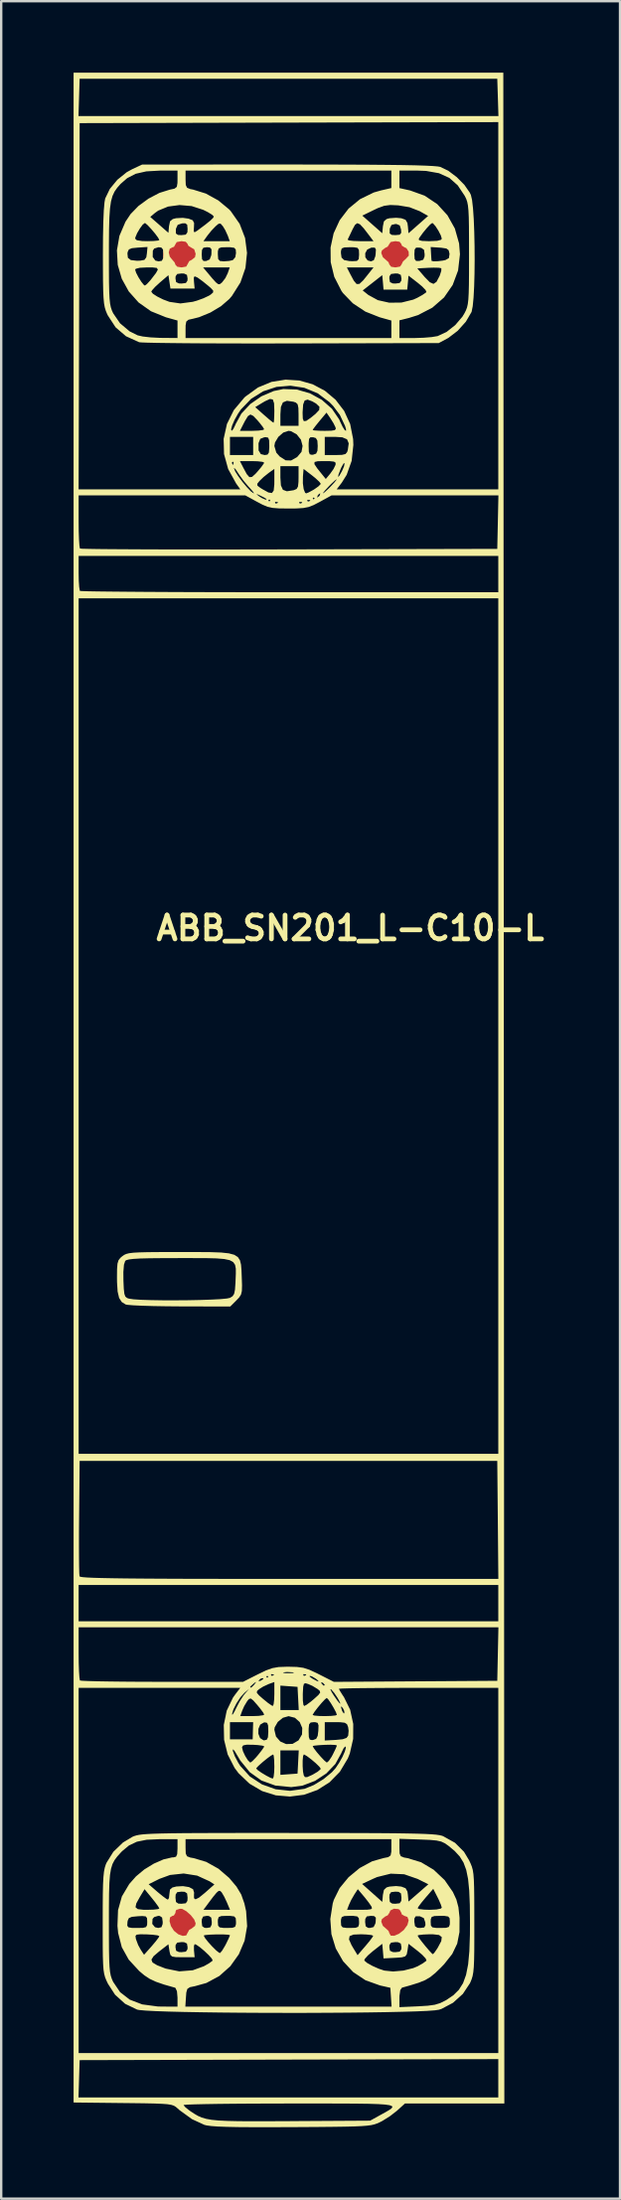
<source format=kicad_pcb>
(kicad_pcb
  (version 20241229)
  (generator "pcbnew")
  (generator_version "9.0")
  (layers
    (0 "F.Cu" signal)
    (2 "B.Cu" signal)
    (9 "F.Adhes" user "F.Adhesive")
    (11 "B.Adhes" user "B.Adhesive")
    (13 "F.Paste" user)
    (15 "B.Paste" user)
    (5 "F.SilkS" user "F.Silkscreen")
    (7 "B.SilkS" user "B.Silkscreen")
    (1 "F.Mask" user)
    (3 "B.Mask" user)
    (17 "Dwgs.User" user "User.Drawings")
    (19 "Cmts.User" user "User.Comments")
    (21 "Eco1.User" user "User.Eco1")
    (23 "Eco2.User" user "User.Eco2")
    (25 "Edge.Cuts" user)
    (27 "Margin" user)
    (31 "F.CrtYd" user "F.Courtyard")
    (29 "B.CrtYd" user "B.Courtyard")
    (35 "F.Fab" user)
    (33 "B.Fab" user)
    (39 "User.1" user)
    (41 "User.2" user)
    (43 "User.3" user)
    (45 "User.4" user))
  (footprint "ABB_SN201_L-C10-L"
    (layer "F.Cu")
    (at 9.05 42.651)
    (property "Reference" "ABB_SN201_L-C10-L" (at 2.6 -6.755 0) (unlocked yes) (layer "F.SilkS") (effects (font (size 1 1) (thickness 0.2) (bold yes))))
    (attr smd)
    (fp_poly (pts (xy -3.264 6.841) (xy -2.822 6.857) (xy -2.496 6.892) (xy -2.267 6.953) (xy -2.118 7.048) (xy -2.03 7.183) (xy -1.985 7.366) (xy -1.966 7.604) (xy -1.955 7.886) (xy -1.943 8.239) (xy -1.95 8.469) (xy -1.986 8.621) (xy -2.062 8.741) (xy -2.181 8.867) (xy -2.437 9.123) (xy -4.539 9.118) (xy -5.128 9.113) (xy -5.669 9.104) (xy -6.135 9.09) (xy -6.502 9.073) (xy -6.743 9.053) (xy -6.826 9.038) (xy -6.992 8.934) (xy -7.101 8.763) (xy -7.164 8.495) (xy -7.189 8.1) (xy -7.191 7.907) (xy -7.189 7.675) (xy -6.923 7.675) (xy -6.92 8.032) (xy -6.905 8.377) (xy -6.881 8.59) (xy -6.838 8.708) (xy -6.764 8.767) (xy -6.683 8.793) (xy -6.498 8.82) (xy -6.182 8.841) (xy -5.766 8.854) (xy -5.28 8.862) (xy -4.754 8.863) (xy -4.217 8.859) (xy -3.702 8.849) (xy -3.237 8.833) (xy -2.852 8.813) (xy -2.579 8.787) (xy -2.45 8.76) (xy -2.341 8.691) (xy -2.275 8.591) (xy -2.239 8.419) (xy -2.219 8.133) (xy -2.214 8.008) (xy -2.203 7.742) (xy -2.204 7.533) (xy -2.235 7.374) (xy -2.315 7.258) (xy -2.46 7.179) (xy -2.69 7.13) (xy -3.022 7.103) (xy -3.474 7.092) (xy -4.064 7.091) (xy -4.605 7.091) (xy -5.287 7.093) (xy -5.819 7.098) (xy -6.218 7.108) (xy -6.502 7.125) (xy -6.69 7.148) (xy -6.801 7.178) (xy -6.846 7.21) (xy -6.898 7.369) (xy -6.923 7.675) (xy -7.189 7.675) (xy -7.188 7.553) (xy -7.17 7.325) (xy -7.127 7.182) (xy -7.049 7.081) (xy -6.968 7.012) (xy -6.893 6.959) (xy -6.804 6.918) (xy -6.682 6.887) (xy -6.504 6.865) (xy -6.249 6.851) (xy -5.896 6.842) (xy -5.424 6.838) (xy -4.811 6.837) (xy -4.565 6.837) (xy -3.838 6.837)) (stroke (width 0) (type solid)) (fill yes) (layer "F.SilkS"))
    (fp_poly (pts (xy 1.227 -38.797) (xy 2.339 -38.794) (xy 3.298 -38.79) (xy 4.112 -38.783) (xy 4.788 -38.775) (xy 5.334 -38.764) (xy 5.76 -38.75) (xy 6.071 -38.734) (xy 6.277 -38.716) (xy 6.375 -38.698) (xy 6.713 -38.536) (xy 7.068 -38.268) (xy 7.387 -37.945) (xy 7.617 -37.614) (xy 7.662 -37.518) (xy 7.71 -37.308) (xy 7.75 -36.96) (xy 7.781 -36.506) (xy 7.802 -35.974) (xy 7.815 -35.396) (xy 7.819 -34.8) (xy 7.813 -34.218) (xy 7.798 -33.68) (xy 7.773 -33.215) (xy 7.738 -32.853) (xy 7.693 -32.626) (xy 7.685 -32.604) (xy 7.449 -32.201) (xy 7.107 -31.82) (xy 6.719 -31.524) (xy 6.66 -31.491) (xy 6.313 -31.305) (xy 0.132 -31.29) (xy -0.881 -31.289) (xy -1.847 -31.289) (xy -2.755 -31.291) (xy -3.588 -31.294) (xy -4.334 -31.299) (xy -4.978 -31.306) (xy -5.507 -31.313) (xy -5.907 -31.322) (xy -6.164 -31.332) (xy -6.261 -31.341) (xy -6.812 -31.591) (xy -7.25 -31.967) (xy -7.579 -32.472) (xy -7.608 -32.533) (xy -7.662 -32.665) (xy -7.704 -32.806) (xy -7.735 -32.98) (xy -7.756 -33.211) (xy -7.77 -33.522) (xy -7.778 -33.937) (xy -7.781 -34.48) (xy -7.782 -34.979) (xy -7.782 -35.018) (xy -7.53 -35.018) (xy -7.529 -34.363) (xy -7.526 -33.854) (xy -7.517 -33.467) (xy -7.503 -33.18) (xy -7.481 -32.968) (xy -7.449 -32.809) (xy -7.406 -32.678) (xy -7.351 -32.556) (xy -7.062 -32.135) (xy -6.66 -31.797) (xy -6.324 -31.63) (xy -6.107 -31.581) (xy -5.784 -31.544) (xy -5.418 -31.525) (xy -5.35 -31.523) (xy -4.651 -31.517) (xy -4.651 -31.884) (xy -4.651 -32.251) (xy -5.138 -32.387) (xy -5.763 -32.64) (xy -6.285 -33.009) (xy -6.686 -33.46) (xy -5.752 -33.46) (xy -5.681 -33.373) (xy -5.498 -33.256) (xy -5.255 -33.135) (xy -4.997 -33.038) (xy -4.991 -33.035) (xy -4.529 -32.968) (xy -4.011 -33.037) (xy -3.841 -33.084) (xy -3.562 -33.185) (xy -3.329 -33.295) (xy -3.254 -33.343) (xy -3.158 -33.429) (xy -3.153 -33.505) (xy -3.254 -33.616) (xy -3.381 -33.725) (xy -3.598 -33.9) (xy -3.785 -34.036) (xy -3.832 -34.065) (xy -3.934 -34.107) (xy -3.968 -34.043) (xy -3.959 -33.873) (xy -3.932 -33.591) (xy -4.44 -33.591) (xy -4.948 -33.591) (xy -4.99 -33.872) (xy -5.011 -34.015) (xy -4.736 -34.015) (xy -4.709 -33.863) (xy -4.592 -33.808) (xy -4.482 -33.803) (xy -4.3 -33.826) (xy -4.234 -33.923) (xy -4.228 -34.015) (xy -4.255 -34.166) (xy -4.372 -34.221) (xy -4.482 -34.226) (xy -4.664 -34.204) (xy -4.73 -34.107) (xy -4.736 -34.015) (xy -5.011 -34.015) (xy -5.032 -34.153) (xy -5.392 -33.845) (xy -5.59 -33.663) (xy -5.72 -33.518) (xy -5.752 -33.46) (xy -6.686 -33.46) (xy -6.696 -33.471) (xy -6.99 -34.004) (xy -7.1 -34.384) (xy -6.429 -34.384) (xy -6.388 -34.256) (xy -6.29 -34.067) (xy -6.169 -33.877) (xy -6.063 -33.745) (xy -6.02 -33.718) (xy -5.937 -33.779) (xy -5.798 -33.93) (xy -5.747 -33.994) (xy -5.554 -34.244) (xy -5.475 -34.389) (xy -5.52 -34.458) (xy -5.699 -34.479) (xy -5.916 -34.48) (xy -6.229 -34.465) (xy -6.401 -34.422) (xy -6.429 -34.384) (xy -7.1 -34.384) (xy -7.159 -34.586) (xy -7.186 -35.059) (xy -6.752 -35.059) (xy -6.733 -34.884) (xy -6.61 -34.788) (xy -6.358 -34.759) (xy -6.218 -34.763) (xy -6.04 -34.795) (xy -5.961 -34.902) (xy -5.958 -34.92) (xy -5.692 -34.92) (xy -5.583 -34.767) (xy -5.446 -34.734) (xy -5.309 -34.758) (xy -5.253 -34.863) (xy -5.244 -35.031) (xy -5.25 -35.109) (xy -5.019 -35.109) (xy -4.975 -34.932) (xy -4.899 -34.836) (xy -4.774 -34.69) (xy -4.736 -34.589) (xy -4.661 -34.509) (xy -4.482 -34.48) (xy -3.577 -34.48) (xy -3.418 -34.29) (xy -3.188 -34.015) (xy -3.039 -33.851) (xy -2.945 -33.778) (xy -2.877 -33.776) (xy -2.808 -33.828) (xy -2.779 -33.854) (xy -2.641 -34.034) (xy -2.544 -34.235) (xy -2.459 -34.48) (xy -3.018 -34.48) (xy -3.577 -34.48) (xy -4.482 -34.48) (xy -4.285 -34.515) (xy -4.228 -34.615) (xy -4.157 -34.744) (xy -4.059 -34.794) (xy -3.917 -34.907) (xy -3.894 -35.025) (xy -3.635 -35.025) (xy -3.622 -34.825) (xy -3.56 -34.749) (xy -3.445 -34.75) (xy -3.301 -34.814) (xy -3.236 -34.985) (xy -3.23 -35.031) (xy -2.958 -35.031) (xy -2.944 -34.831) (xy -2.872 -34.75) (xy -2.711 -34.734) (xy -2.482 -34.752) (xy -2.33 -34.786) (xy -2.226 -34.907) (xy -2.196 -35.082) (xy -2.208 -35.233) (xy -2.274 -35.304) (xy -2.44 -35.326) (xy -2.577 -35.327) (xy -2.811 -35.321) (xy -2.922 -35.278) (xy -2.956 -35.163) (xy -2.958 -35.031) (xy -3.23 -35.031) (xy -3.228 -35.052) (xy -3.225 -35.241) (xy -3.292 -35.316) (xy -3.418 -35.327) (xy -3.564 -35.306) (xy -3.624 -35.211) (xy -3.635 -35.025) (xy -3.894 -35.025) (xy -3.889 -35.048) (xy -3.95 -35.24) (xy -4.059 -35.302) (xy -4.196 -35.388) (xy -4.228 -35.464) (xy -4.304 -35.554) (xy -4.482 -35.581) (xy -3.562 -35.581) (xy -3.011 -35.581) (xy -2.459 -35.581) (xy -2.542 -35.814) (xy -2.65 -36.049) (xy -2.748 -36.209) (xy -2.844 -36.318) (xy -2.927 -36.312) (xy -3.05 -36.209) (xy -3.233 -36.018) (xy -3.396 -35.814) (xy -3.562 -35.581) (xy -4.482 -35.581) (xy -4.684 -35.543) (xy -4.736 -35.454) (xy -4.799 -35.342) (xy -4.853 -35.327) (xy -4.976 -35.262) (xy -5.019 -35.109) (xy -5.25 -35.109) (xy -5.26 -35.231) (xy -5.331 -35.314) (xy -5.449 -35.327) (xy -5.631 -35.271) (xy -5.687 -35.179) (xy -5.692 -34.92) (xy -5.958 -34.92) (xy -5.937 -35.057) (xy -5.91 -35.337) (xy -6.318 -35.311) (xy -6.566 -35.286) (xy -6.691 -35.234) (xy -6.742 -35.128) (xy -6.752 -35.059) (xy -7.186 -35.059) (xy -7.194 -35.194) (xy -7.109 -35.687) (xy -6.429 -35.687) (xy -6.359 -35.621) (xy -6.14 -35.587) (xy -5.921 -35.581) (xy -5.653 -35.588) (xy -5.469 -35.607) (xy -5.413 -35.628) (xy -5.465 -35.728) (xy -5.591 -35.898) (xy -5.751 -36.088) (xy -5.903 -36.251) (xy -6.007 -36.339) (xy -6.021 -36.343) (xy -6.11 -36.276) (xy -6.23 -36.113) (xy -6.346 -35.916) (xy -6.419 -35.742) (xy -6.429 -35.687) (xy -7.109 -35.687) (xy -7.088 -35.805) (xy -6.834 -36.398) (xy -6.7 -36.598) (xy -5.794 -36.598) (xy -5.413 -36.265) (xy -5.032 -35.932) (xy -5.02 -36.068) (xy -4.72 -36.068) (xy -4.72 -35.905) (xy -4.633 -35.843) (xy -4.488 -35.835) (xy -4.305 -35.855) (xy -4.237 -35.95) (xy -4.228 -36.095) (xy -4.245 -36.274) (xy -4.329 -36.333) (xy -4.461 -36.327) (xy -4.642 -36.267) (xy -4.715 -36.107) (xy -4.72 -36.068) (xy -5.02 -36.068) (xy -5.007 -36.213) (xy -4.964 -36.415) (xy -4.849 -36.51) (xy -4.71 -36.545) (xy -4.428 -36.56) (xy -4.186 -36.526) (xy -4.012 -36.458) (xy -3.954 -36.341) (xy -3.96 -36.179) (xy -3.971 -35.996) (xy -3.934 -35.953) (xy -3.831 -36.015) (xy -3.488 -36.271) (xy -3.269 -36.448) (xy -3.155 -36.56) (xy -3.127 -36.617) (xy -3.198 -36.689) (xy -3.38 -36.8) (xy -3.572 -36.896) (xy -4.057 -37.053) (xy -4.564 -37.097) (xy -5.047 -37.033) (xy -5.46 -36.863) (xy -5.597 -36.765) (xy -5.794 -36.598) (xy -6.7 -36.598) (xy -6.621 -36.717) (xy -6.291 -37.057) (xy -5.867 -37.367) (xy -5.409 -37.607) (xy -4.978 -37.742) (xy -4.973 -37.743) (xy -4.774 -37.786) (xy -4.68 -37.861) (xy -4.653 -38.022) (xy -4.651 -38.171) (xy -4.651 -38.173) (xy -4.313 -38.173) (xy -4.304 -37.941) (xy -4.252 -37.824) (xy -4.117 -37.768) (xy -3.995 -37.745) (xy -3.463 -37.58) (xy -2.938 -37.291) (xy -2.483 -36.914) (xy -2.418 -36.844) (xy -2.043 -36.308) (xy -1.815 -35.714) (xy -1.734 -35.089) (xy -1.799 -34.459) (xy -2.01 -33.848) (xy -2.367 -33.283) (xy -2.478 -33.153) (xy -2.826 -32.852) (xy -3.272 -32.585) (xy -3.745 -32.391) (xy -3.995 -32.328) (xy -4.191 -32.284) (xy -4.283 -32.207) (xy -4.311 -32.046) (xy -4.313 -31.894) (xy -4.313 -31.517) (xy 0.005 -31.517) (xy 4.323 -31.517) (xy 4.323 -31.884) (xy 4.323 -32.251) (xy 3.831 -32.388) (xy 3.234 -32.625) (xy 2.707 -32.974) (xy 2.291 -33.405) (xy 2.229 -33.493) (xy 2.219 -33.513) (xy 3.121 -33.513) (xy 3.358 -33.324) (xy 3.756 -33.106) (xy 4.236 -32.999) (xy 4.747 -33.005) (xy 5.242 -33.128) (xy 5.407 -33.202) (xy 5.624 -33.322) (xy 5.769 -33.421) (xy 5.795 -33.448) (xy 5.757 -33.533) (xy 5.614 -33.681) (xy 5.441 -33.826) (xy 5.043 -34.134) (xy 5.017 -33.841) (xy 4.99 -33.549) (xy 4.493 -33.549) (xy 3.995 -33.549) (xy 3.969 -33.852) (xy 3.954 -34.015) (xy 4.239 -34.015) (xy 4.266 -33.863) (xy 4.382 -33.808) (xy 4.493 -33.803) (xy 4.674 -33.826) (xy 4.741 -33.923) (xy 4.747 -34.015) (xy 4.719 -34.166) (xy 4.603 -34.221) (xy 4.493 -34.226) (xy 4.311 -34.204) (xy 4.245 -34.107) (xy 4.239 -34.015) (xy 3.954 -34.015) (xy 3.942 -34.155) (xy 3.532 -33.834) (xy 3.121 -33.513) (xy 2.219 -33.513) (xy 1.927 -34.084) (xy 1.831 -34.48) (xy 2.456 -34.48) (xy 2.596 -34.205) (xy 2.749 -33.92) (xy 2.866 -33.782) (xy 2.983 -33.788) (xy 3.139 -33.934) (xy 3.308 -34.143) (xy 3.542 -34.438) (xy 5.413 -34.438) (xy 5.724 -34.075) (xy 5.936 -33.858) (xy 6.091 -33.789) (xy 6.217 -33.874) (xy 6.344 -34.114) (xy 6.358 -34.147) (xy 6.418 -34.334) (xy 6.421 -34.442) (xy 6.419 -34.445) (xy 6.317 -34.465) (xy 6.099 -34.47) (xy 5.894 -34.464) (xy 5.413 -34.438) (xy 3.542 -34.438) (xy 3.576 -34.48) (xy 3.016 -34.48) (xy 2.456 -34.48) (xy 1.831 -34.48) (xy 1.778 -34.699) (xy 1.774 -35.08) (xy 2.207 -35.08) (xy 2.233 -34.892) (xy 2.339 -34.789) (xy 2.559 -34.747) (xy 2.693 -34.741) (xy 2.878 -34.751) (xy 2.954 -34.826) (xy 2.969 -35.016) (xy 2.969 -35.031) (xy 2.967 -35.074) (xy 3.227 -35.074) (xy 3.232 -34.903) (xy 3.328 -34.772) (xy 3.465 -34.734) (xy 3.585 -34.78) (xy 3.649 -34.942) (xy 3.663 -35.035) (xy 3.666 -35.084) (xy 3.9 -35.084) (xy 3.968 -34.908) (xy 4.069 -34.819) (xy 4.204 -34.698) (xy 4.239 -34.604) (xy 4.315 -34.507) (xy 4.493 -34.48) (xy 4.688 -34.515) (xy 4.747 -34.597) (xy 4.811 -34.729) (xy 4.927 -34.834) (xy 5.057 -34.975) (xy 5.054 -35.031) (xy 5.289 -35.031) (xy 5.301 -34.83) (xy 5.362 -34.752) (xy 5.504 -34.752) (xy 5.661 -34.801) (xy 5.716 -34.936) (xy 5.72 -35.031) (xy 5.694 -35.218) (xy 5.584 -35.296) (xy 5.504 -35.31) (xy 5.361 -35.309) (xy 5.301 -35.23) (xy 5.289 -35.031) (xy 5.054 -35.031) (xy 5.049 -35.14) (xy 4.956 -35.287) (xy 4.868 -35.327) (xy 4.856 -35.335) (xy 5.974 -35.335) (xy 5.989 -35.056) (xy 6.001 -34.86) (xy 6.01 -34.758) (xy 6.01 -34.755) (xy 6.092 -34.736) (xy 6.272 -34.74) (xy 6.481 -34.765) (xy 6.593 -34.789) (xy 6.738 -34.871) (xy 6.764 -35.041) (xy 6.762 -35.063) (xy 6.727 -35.202) (xy 6.632 -35.273) (xy 6.427 -35.304) (xy 6.355 -35.31) (xy 5.974 -35.335) (xy 4.856 -35.335) (xy 4.761 -35.395) (xy 4.747 -35.454) (xy 4.671 -35.555) (xy 4.493 -35.581) (xy 4.297 -35.546) (xy 4.239 -35.464) (xy 4.168 -35.35) (xy 4.069 -35.302) (xy 3.926 -35.19) (xy 3.9 -35.084) (xy 3.666 -35.084) (xy 3.675 -35.233) (xy 3.629 -35.31) (xy 3.494 -35.311) (xy 3.482 -35.31) (xy 3.311 -35.229) (xy 3.227 -35.074) (xy 2.967 -35.074) (xy 2.961 -35.213) (xy 2.905 -35.299) (xy 2.757 -35.325) (xy 2.588 -35.327) (xy 2.353 -35.319) (xy 2.242 -35.277) (xy 2.209 -35.17) (xy 2.207 -35.08) (xy 1.774 -35.08) (xy 1.772 -35.315) (xy 1.843 -35.645) (xy 2.487 -35.645) (xy 2.545 -35.613) (xy 2.732 -35.59) (xy 3.008 -35.581) (xy 3.012 -35.581) (xy 3.573 -35.581) (xy 3.494 -35.687) (xy 5.477 -35.687) (xy 5.483 -35.626) (xy 5.608 -35.593) (xy 5.875 -35.581) (xy 5.927 -35.581) (xy 6.246 -35.595) (xy 6.411 -35.64) (xy 6.44 -35.687) (xy 6.398 -35.826) (xy 6.299 -36.018) (xy 6.179 -36.205) (xy 6.074 -36.326) (xy 6.039 -36.343) (xy 5.954 -36.282) (xy 5.811 -36.129) (xy 5.649 -35.932) (xy 5.508 -35.736) (xy 5.477 -35.687) (xy 3.494 -35.687) (xy 3.399 -35.814) (xy 3.167 -36.116) (xy 3.007 -36.288) (xy 2.894 -36.336) (xy 2.8 -36.268) (xy 2.702 -36.091) (xy 2.671 -36.026) (xy 2.569 -35.811) (xy 2.498 -35.665) (xy 2.487 -35.645) (xy 1.843 -35.645) (xy 1.901 -35.911) (xy 2.156 -36.462) (xy 2.302 -36.653) (xy 3.105 -36.653) (xy 3.523 -36.283) (xy 3.942 -35.914) (xy 3.956 -36.068) (xy 4.254 -36.068) (xy 4.254 -35.906) (xy 4.339 -35.844) (xy 4.493 -35.835) (xy 4.675 -35.852) (xy 4.737 -35.932) (xy 4.731 -36.068) (xy 4.677 -36.242) (xy 4.54 -36.299) (xy 4.493 -36.301) (xy 4.33 -36.263) (xy 4.262 -36.12) (xy 4.254 -36.068) (xy 3.956 -36.068) (xy 3.968 -36.203) (xy 4.01 -36.41) (xy 4.121 -36.509) (xy 4.243 -36.543) (xy 4.523 -36.563) (xy 4.742 -36.543) (xy 4.918 -36.48) (xy 4.997 -36.346) (xy 5.017 -36.203) (xy 5.043 -35.914) (xy 5.455 -36.277) (xy 5.866 -36.64) (xy 5.509 -36.841) (xy 5.084 -37.006) (xy 4.614 -37.084) (xy 4.278 -37.099) (xy 4.021 -37.065) (xy 3.752 -36.967) (xy 3.59 -36.89) (xy 3.105 -36.653) (xy 2.302 -36.653) (xy 2.527 -36.947) (xy 3.007 -37.342) (xy 3.585 -37.624) (xy 3.882 -37.709) (xy 4.323 -37.811) (xy 4.323 -38.177) (xy 4.662 -38.177) (xy 4.662 -37.809) (xy 5.111 -37.709) (xy 5.721 -37.49) (xy 6.249 -37.136) (xy 6.676 -36.67) (xy 6.988 -36.113) (xy 7.166 -35.485) (xy 7.202 -35.031) (xy 7.124 -34.352) (xy 6.897 -33.743) (xy 6.534 -33.218) (xy 6.045 -32.792) (xy 5.443 -32.479) (xy 5.064 -32.36) (xy 4.662 -32.259) (xy 4.662 -31.888) (xy 4.662 -31.517) (xy 5.318 -31.517) (xy 5.681 -31.529) (xy 6.018 -31.557) (xy 6.259 -31.597) (xy 6.271 -31.6) (xy 6.64 -31.772) (xy 7.003 -32.059) (xy 7.305 -32.413) (xy 7.395 -32.562) (xy 7.453 -32.678) (xy 7.498 -32.797) (xy 7.531 -32.942) (xy 7.554 -33.135) (xy 7.569 -33.4) (xy 7.578 -33.76) (xy 7.582 -34.238) (xy 7.583 -34.856) (xy 7.583 -35.031) (xy 7.582 -35.688) (xy 7.579 -36.198) (xy 7.572 -36.585) (xy 7.558 -36.871) (xy 7.537 -37.079) (xy 7.506 -37.233) (xy 7.465 -37.355) (xy 7.41 -37.467) (xy 7.4 -37.486) (xy 7.107 -37.925) (xy 6.756 -38.236) (xy 6.322 -38.433) (xy 5.78 -38.529) (xy 5.384 -38.544) (xy 4.662 -38.544) (xy 4.662 -38.177) (xy 4.323 -38.177) (xy 4.323 -38.178) (xy 4.323 -38.544) (xy 0.005 -38.544) (xy -4.313 -38.544) (xy -4.313 -38.173) (xy -4.651 -38.173) (xy -4.651 -38.544) (xy -5.392 -38.542) (xy -5.96 -38.51) (xy -6.405 -38.409) (xy -6.763 -38.225) (xy -7.039 -37.984) (xy -7.182 -37.821) (xy -7.295 -37.659) (xy -7.38 -37.475) (xy -7.442 -37.248) (xy -7.484 -36.954) (xy -7.51 -36.572) (xy -7.524 -36.077) (xy -7.529 -35.449) (xy -7.53 -35.018) (xy -7.782 -35.018) (xy -7.778 -35.748) (xy -7.765 -36.384) (xy -7.744 -36.877) (xy -7.714 -37.218) (xy -7.686 -37.371) (xy -7.492 -37.773) (xy -7.176 -38.157) (xy -6.784 -38.474) (xy -6.561 -38.597) (xy -6.133 -38.797) (xy -0.047 -38.798)) (stroke (width 0) (type solid)) (fill yes) (layer "F.SilkS"))
    (fp_poly (pts (xy -0.027 31.214) (xy 0.002 31.214) (xy 1.19 31.215) (xy 2.22 31.216) (xy 3.105 31.218) (xy 3.855 31.222) (xy 4.483 31.227) (xy 5 31.235) (xy 5.419 31.244) (xy 5.75 31.255) (xy 6.006 31.269) (xy 6.198 31.285) (xy 6.338 31.305) (xy 6.438 31.328) (xy 6.495 31.348) (xy 6.996 31.627) (xy 7.371 32.003) (xy 7.58 32.351) (xy 7.648 32.493) (xy 7.7 32.623) (xy 7.74 32.765) (xy 7.767 32.941) (xy 7.785 33.176) (xy 7.796 33.493) (xy 7.802 33.916) (xy 7.804 34.467) (xy 7.805 34.963) (xy 7.805 35.627) (xy 7.803 36.145) (xy 7.796 36.541) (xy 7.783 36.836) (xy 7.762 37.055) (xy 7.732 37.22) (xy 7.691 37.355) (xy 7.638 37.483) (xy 7.622 37.518) (xy 7.325 37.966) (xy 6.911 38.34) (xy 6.429 38.596) (xy 6.322 38.631) (xy 6.148 38.657) (xy 5.822 38.681) (xy 5.362 38.701) (xy 4.784 38.718) (xy 4.106 38.733) (xy 3.345 38.745) (xy 2.519 38.754) (xy 1.644 38.76) (xy 0.738 38.764) (xy -0.182 38.764) (xy -1.099 38.762) (xy -1.995 38.757) (xy -2.854 38.749) (xy -3.658 38.738) (xy -4.39 38.725) (xy -5.032 38.709) (xy -5.568 38.69) (xy -5.981 38.668) (xy -6.252 38.644) (xy -6.345 38.626) (xy -6.849 38.383) (xy -7.272 38.001) (xy -7.57 37.541) (xy -7.638 37.399) (xy -7.69 37.269) (xy -7.728 37.127) (xy -7.756 36.949) (xy -7.773 36.711) (xy -7.784 36.391) (xy -7.789 35.964) (xy -7.79 35.407) (xy -7.79 34.958) (xy -7.79 34.958) (xy -7.53 34.958) (xy -7.529 35.62) (xy -7.526 36.136) (xy -7.518 36.529) (xy -7.504 36.822) (xy -7.483 37.038) (xy -7.452 37.2) (xy -7.41 37.33) (xy -7.356 37.454) (xy -7.352 37.462) (xy -7.06 37.894) (xy -6.655 38.208) (xy -6.133 38.407) (xy -5.488 38.494) (xy -5.308 38.499) (xy -4.651 38.502) (xy -4.322 38.502) (xy 0.005 38.502) (xy 4.333 38.502) (xy 4.307 38.106) (xy 4.281 37.71) (xy 3.848 37.613) (xy 3.239 37.395) (xy 2.719 37.049) (xy 2.299 36.597) (xy 2.281 36.566) (xy 3.187 36.566) (xy 3.308 36.669) (xy 3.532 36.794) (xy 3.799 36.912) (xy 4.027 36.988) (xy 4.396 37.026) (xy 4.829 36.988) (xy 5.244 36.884) (xy 5.431 36.806) (xy 5.641 36.687) (xy 5.778 36.588) (xy 5.798 36.566) (xy 5.762 36.479) (xy 5.621 36.328) (xy 5.444 36.178) (xy 5.043 35.865) (xy 5.001 36.146) (xy 4.969 36.306) (xy 4.904 36.393) (xy 4.763 36.433) (xy 4.5 36.452) (xy 4.477 36.453) (xy 3.995 36.478) (xy 3.969 36.172) (xy 3.954 36.005) (xy 4.239 36.005) (xy 4.266 36.156) (xy 4.382 36.211) (xy 4.493 36.216) (xy 4.674 36.194) (xy 4.741 36.097) (xy 4.747 36.005) (xy 4.719 35.853) (xy 4.603 35.798) (xy 4.493 35.793) (xy 4.311 35.816) (xy 4.245 35.913) (xy 4.239 36.005) (xy 3.954 36.005) (xy 3.942 35.865) (xy 3.542 36.178) (xy 3.337 36.355) (xy 3.21 36.498) (xy 3.187 36.566) (xy 2.281 36.566) (xy 1.991 36.06) (xy 1.875 35.682) (xy 2.547 35.682) (xy 2.651 35.918) (xy 2.726 36.046) (xy 2.906 36.341) (xy 3.233 35.961) (xy 3.409 35.75) (xy 3.527 35.59) (xy 3.561 35.527) (xy 3.484 35.497) (xy 3.284 35.475) (xy 3.053 35.465) (xy 2.736 35.478) (xy 2.571 35.543) (xy 2.547 35.682) (xy 1.875 35.682) (xy 1.808 35.461) (xy 1.77 34.946) (xy 2.207 34.946) (xy 2.218 35.103) (xy 2.281 35.176) (xy 2.444 35.199) (xy 2.588 35.2) (xy 2.822 35.193) (xy 2.933 35.15) (xy 2.967 35.042) (xy 2.969 34.946) (xy 3.223 34.946) (xy 3.246 35.128) (xy 3.343 35.195) (xy 3.425 35.2) (xy 3.578 35.162) (xy 3.651 35.017) (xy 3.664 34.946) (xy 3.665 34.935) (xy 3.9 34.935) (xy 3.968 35.112) (xy 4.069 35.2) (xy 4.204 35.322) (xy 4.239 35.415) (xy 4.297 35.522) (xy 4.446 35.528) (xy 4.469 35.518) (xy 5.424 35.518) (xy 5.473 35.604) (xy 5.596 35.769) (xy 5.754 35.966) (xy 5.911 36.149) (xy 6.028 36.274) (xy 6.066 36.301) (xy 6.13 36.236) (xy 6.241 36.075) (xy 6.272 36.026) (xy 6.417 35.753) (xy 6.439 35.583) (xy 6.326 35.495) (xy 6.064 35.465) (xy 5.932 35.465) (xy 5.664 35.476) (xy 5.48 35.497) (xy 5.424 35.518) (xy 4.469 35.518) (xy 4.644 35.443) (xy 4.844 35.286) (xy 4.997 35.075) (xy 5.033 34.942) (xy 5.288 34.942) (xy 5.316 35.125) (xy 5.417 35.192) (xy 5.535 35.2) (xy 5.705 35.179) (xy 5.754 35.08) (xy 5.747 34.968) (xy 5.74 34.946) (xy 5.974 34.946) (xy 5.984 35.1) (xy 6.045 35.174) (xy 6.2 35.198) (xy 6.377 35.2) (xy 6.619 35.194) (xy 6.737 35.156) (xy 6.775 35.058) (xy 6.779 34.946) (xy 6.769 34.793) (xy 6.708 34.719) (xy 6.553 34.694) (xy 6.377 34.692) (xy 6.134 34.699) (xy 6.016 34.737) (xy 5.978 34.835) (xy 5.974 34.946) (xy 5.74 34.946) (xy 5.685 34.785) (xy 5.525 34.712) (xy 5.499 34.709) (xy 5.345 34.711) (xy 5.29 34.8) (xy 5.288 34.942) (xy 5.033 34.942) (xy 5.049 34.879) (xy 4.998 34.738) (xy 4.868 34.692) (xy 4.759 34.627) (xy 4.747 34.574) (xy 4.678 34.444) (xy 4.62 34.408) (xy 4.432 34.392) (xy 4.283 34.465) (xy 4.239 34.565) (xy 4.168 34.671) (xy 4.069 34.717) (xy 3.926 34.83) (xy 3.9 34.935) (xy 3.665 34.935) (xy 3.673 34.768) (xy 3.599 34.701) (xy 3.462 34.692) (xy 3.292 34.715) (xy 3.23 34.819) (xy 3.223 34.946) (xy 2.969 34.946) (xy 2.958 34.79) (xy 2.894 34.716) (xy 2.731 34.694) (xy 2.588 34.692) (xy 2.353 34.7) (xy 2.242 34.742) (xy 2.209 34.851) (xy 2.207 34.946) (xy 1.77 34.946) (xy 1.761 34.824) (xy 1.821 34.438) (xy 2.465 34.438) (xy 3.016 34.438) (xy 3.309 34.434) (xy 3.464 34.415) (xy 3.509 34.375) (xy 5.427 34.375) (xy 5.502 34.408) (xy 5.701 34.431) (xy 5.932 34.438) (xy 6.215 34.425) (xy 6.395 34.388) (xy 6.44 34.35) (xy 6.404 34.227) (xy 6.313 34.017) (xy 6.26 33.91) (xy 6.081 33.558) (xy 5.755 33.934) (xy 5.579 34.147) (xy 5.46 34.31) (xy 5.427 34.375) (xy 3.509 34.375) (xy 3.512 34.372) (xy 3.484 34.293) (xy 3.482 34.29) (xy 3.374 34.133) (xy 3.21 33.922) (xy 3.156 33.858) (xy 2.916 33.573) (xy 2.771 33.795) (xy 2.635 34.031) (xy 2.545 34.227) (xy 2.465 34.438) (xy 1.821 34.438) (xy 1.863 34.17) (xy 1.908 34.023) (xy 2.153 33.528) (xy 2.296 33.353) (xy 3.096 33.353) (xy 3.519 33.729) (xy 3.942 34.106) (xy 3.958 33.93) (xy 4.239 33.93) (xy 4.26 34.11) (xy 4.359 34.177) (xy 4.493 34.184) (xy 4.673 34.163) (xy 4.739 34.064) (xy 4.747 33.93) (xy 4.726 33.75) (xy 4.627 33.684) (xy 4.493 33.676) (xy 4.313 33.697) (xy 4.246 33.796) (xy 4.239 33.93) (xy 3.958 33.93) (xy 3.968 33.812) (xy 4.011 33.603) (xy 4.12 33.5) (xy 4.243 33.464) (xy 4.521 33.441) (xy 4.742 33.464) (xy 4.92 33.532) (xy 4.998 33.672) (xy 5.017 33.805) (xy 5.043 34.092) (xy 5.46 33.73) (xy 5.876 33.367) (xy 5.422 33.141) (xy 4.862 32.947) (xy 4.297 32.922) (xy 3.722 33.065) (xy 3.561 33.135) (xy 3.096 33.353) (xy 2.296 33.353) (xy 2.528 33.071) (xy 2.994 32.686) (xy 3.512 32.405) (xy 3.978 32.271) (xy 4.192 32.228) (xy 4.292 32.156) (xy 4.322 32) (xy 4.323 31.845) (xy 4.323 31.837) (xy 4.662 31.837) (xy 4.669 32.072) (xy 4.719 32.189) (xy 4.855 32.244) (xy 5.008 32.271) (xy 5.57 32.442) (xy 6.099 32.757) (xy 6.56 33.192) (xy 6.905 33.69) (xy 7.052 34.006) (xy 7.138 34.33) (xy 7.182 34.739) (xy 7.185 34.784) (xy 7.182 35.373) (xy 7.086 35.859) (xy 6.878 36.292) (xy 6.539 36.72) (xy 6.402 36.863) (xy 6.165 37.092) (xy 5.959 37.259) (xy 5.744 37.387) (xy 5.478 37.496) (xy 5.119 37.608) (xy 4.768 37.706) (xy 4.697 37.808) (xy 4.664 38.045) (xy 4.662 38.129) (xy 4.662 38.523) (xy 5.449 38.488) (xy 5.854 38.463) (xy 6.143 38.423) (xy 6.371 38.354) (xy 6.591 38.245) (xy 6.637 38.219) (xy 6.926 38.023) (xy 7.155 37.796) (xy 7.331 37.519) (xy 7.458 37.17) (xy 7.545 36.729) (xy 7.597 36.174) (xy 7.62 35.484) (xy 7.623 34.989) (xy 7.616 34.237) (xy 7.591 33.631) (xy 7.543 33.147) (xy 7.465 32.763) (xy 7.35 32.454) (xy 7.191 32.199) (xy 6.983 31.972) (xy 6.72 31.753) (xy 6.565 31.645) (xy 6.413 31.574) (xy 6.219 31.531) (xy 5.943 31.505) (xy 5.539 31.489) (xy 5.537 31.488) (xy 4.662 31.46) (xy 4.662 31.837) (xy 4.323 31.837) (xy 4.323 31.475) (xy 0.005 31.475) (xy -4.313 31.475) (xy -4.313 31.845) (xy -4.305 32.076) (xy -4.252 32.192) (xy -4.111 32.246) (xy -3.967 32.271) (xy -3.443 32.428) (xy -2.929 32.716) (xy -2.482 33.101) (xy -2.475 33.109) (xy -2.176 33.464) (xy -1.978 33.793) (xy -1.845 34.169) (xy -1.772 34.493) (xy -1.729 35.123) (xy -1.836 35.735) (xy -2.077 36.304) (xy -2.435 36.806) (xy -2.894 37.215) (xy -3.437 37.508) (xy -3.918 37.642) (xy -4.131 37.686) (xy -4.238 37.758) (xy -4.281 37.908) (xy -4.296 38.102) (xy -4.322 38.502) (xy -4.651 38.502) (xy -4.651 38.119) (xy -4.674 37.857) (xy -4.736 37.718) (xy -4.757 37.706) (xy -5.22 37.574) (xy -5.561 37.456) (xy -5.821 37.334) (xy -6.043 37.187) (xy -6.258 37.006) (xy -6.699 36.528) (xy -5.746 36.528) (xy -5.7 36.648) (xy -5.506 36.765) (xy -5.158 36.901) (xy -5.146 36.905) (xy -4.578 37.021) (xy -4.01 36.975) (xy -3.544 36.806) (xy -3.334 36.687) (xy -3.196 36.588) (xy -3.176 36.566) (xy -3.213 36.483) (xy -3.343 36.337) (xy -3.524 36.166) (xy -3.712 36.007) (xy -3.867 35.901) (xy -3.93 35.878) (xy -3.96 35.951) (xy -3.96 36.13) (xy -3.958 36.153) (xy -3.932 36.428) (xy -4.44 36.428) (xy -4.721 36.424) (xy -4.877 36.399) (xy -4.95 36.331) (xy -4.983 36.198) (xy -4.99 36.157) (xy -5.014 36.005) (xy -4.736 36.005) (xy -4.709 36.156) (xy -4.592 36.211) (xy -4.482 36.216) (xy -4.3 36.194) (xy -4.234 36.097) (xy -4.228 36.005) (xy -4.255 35.853) (xy -4.372 35.798) (xy -4.482 35.793) (xy -4.664 35.816) (xy -4.73 35.913) (xy -4.736 36.005) (xy -5.014 36.005) (xy -5.032 35.885) (xy -5.434 36.196) (xy -5.655 36.385) (xy -5.746 36.528) (xy -6.699 36.528) (xy -6.699 36.528) (xy -6.988 36.009) (xy -7.111 35.532) (xy -6.414 35.532) (xy -6.402 35.636) (xy -6.392 35.676) (xy -6.302 35.916) (xy -6.196 36.11) (xy -6.055 36.325) (xy -5.734 35.964) (xy -5.56 35.757) (xy -5.443 35.602) (xy -5.413 35.543) (xy -5.49 35.51) (xy -5.691 35.484) (xy -5.93 35.47) (xy -6.214 35.465) (xy -6.363 35.481) (xy -6.414 35.532) (xy -7.111 35.532) (xy -7.142 35.415) (xy -7.171 35.116) (xy -7.171 35.105) (xy -6.759 35.105) (xy -6.709 35.173) (xy -6.564 35.198) (xy -6.35 35.2) (xy -6.098 35.195) (xy -5.971 35.162) (xy -5.927 35.075) (xy -5.925 35.029) (xy -5.711 35.029) (xy -5.595 35.169) (xy -5.461 35.2) (xy -5.325 35.167) (xy -5.276 35.036) (xy -5.272 34.946) (xy -5.276 34.916) (xy -4.985 34.916) (xy -4.926 35.122) (xy -4.8 35.319) (xy -4.618 35.466) (xy -4.431 35.533) (xy -4.304 35.516) (xy -3.551 35.516) (xy -3.499 35.619) (xy -3.369 35.785) (xy -3.2 35.972) (xy -3.033 36.138) (xy -2.905 36.24) (xy -2.863 36.252) (xy -2.78 36.153) (xy -2.663 35.959) (xy -2.618 35.875) (xy -2.516 35.665) (xy -2.456 35.526) (xy -2.45 35.503) (xy -2.527 35.483) (xy -2.729 35.471) (xy -3 35.47) (xy -3.281 35.48) (xy -3.479 35.497) (xy -3.551 35.516) (xy -4.304 35.516) (xy -4.285 35.513) (xy -4.228 35.404) (xy -4.157 35.276) (xy -4.059 35.225) (xy -3.916 35.113) (xy -3.889 35.008) (xy -3.912 34.946) (xy -3.635 34.946) (xy -3.613 35.128) (xy -3.516 35.194) (xy -3.424 35.2) (xy -3.272 35.173) (xy -3.217 35.057) (xy -3.212 34.946) (xy -2.958 34.946) (xy -2.947 35.103) (xy -2.883 35.176) (xy -2.721 35.199) (xy -2.577 35.2) (xy -2.343 35.193) (xy -2.232 35.15) (xy -2.198 35.042) (xy -2.196 34.946) (xy -2.207 34.79) (xy -2.271 34.716) (xy -2.433 34.694) (xy -2.577 34.692) (xy -2.811 34.7) (xy -2.922 34.742) (xy -2.956 34.851) (xy -2.958 34.946) (xy -3.212 34.946) (xy -3.235 34.765) (xy -3.332 34.698) (xy -3.424 34.692) (xy -3.575 34.72) (xy -3.63 34.836) (xy -3.635 34.946) (xy -3.912 34.946) (xy -3.949 34.846) (xy -4.095 34.661) (xy -4.281 34.497) (xy -4.386 34.438) (xy -3.562 34.438) (xy -3.005 34.438) (xy -2.448 34.438) (xy -2.578 34.127) (xy -2.687 33.895) (xy -2.79 33.719) (xy -2.806 33.697) (xy -2.862 33.644) (xy -2.923 33.644) (xy -3.012 33.72) (xy -3.152 33.889) (xy -3.366 34.174) (xy -3.389 34.206) (xy -3.562 34.438) (xy -4.386 34.438) (xy -4.457 34.399) (xy -4.549 34.394) (xy -4.675 34.434) (xy -4.701 34.438) (xy -4.732 34.507) (xy -4.736 34.565) (xy -4.804 34.678) (xy -4.863 34.692) (xy -4.966 34.756) (xy -4.985 34.916) (xy -5.276 34.916) (xy -5.297 34.763) (xy -5.394 34.697) (xy -5.461 34.692) (xy -5.63 34.743) (xy -5.698 34.819) (xy -5.711 35.029) (xy -5.925 35.029) (xy -5.921 34.942) (xy -5.93 34.786) (xy -5.985 34.714) (xy -6.131 34.699) (xy -6.324 34.709) (xy -6.569 34.734) (xy -6.692 34.787) (xy -6.742 34.896) (xy -6.752 34.968) (xy -6.759 35.105) (xy -7.171 35.105) (xy -7.147 34.455) (xy -7.112 34.33) (xy -6.414 34.33) (xy -6.318 34.41) (xy -6.076 34.437) (xy -5.921 34.438) (xy -5.653 34.43) (xy -5.469 34.408) (xy -5.413 34.384) (xy -5.463 34.293) (xy -5.591 34.117) (xy -5.723 33.951) (xy -6.033 33.573) (xy -6.231 33.9) (xy -6.38 34.169) (xy -6.414 34.33) (xy -7.112 34.33) (xy -6.986 33.878) (xy -6.682 33.366) (xy -5.862 33.366) (xy -5.49 33.688) (xy -5.278 33.862) (xy -5.117 33.98) (xy -5.053 34.012) (xy -5.009 33.941) (xy -5.008 33.93) (xy -4.736 33.93) (xy -4.715 34.11) (xy -4.616 34.177) (xy -4.482 34.184) (xy -4.302 34.163) (xy -4.236 34.064) (xy -4.228 33.93) (xy -4.249 33.75) (xy -4.348 33.684) (xy -4.482 33.676) (xy -4.662 33.697) (xy -4.728 33.796) (xy -4.736 33.93) (xy -5.008 33.93) (xy -4.99 33.765) (xy -4.99 33.765) (xy -4.967 33.59) (xy -4.864 33.502) (xy -4.698 33.46) (xy -4.422 33.445) (xy -4.169 33.485) (xy -3.998 33.574) (xy -3.953 33.719) (xy -3.959 33.79) (xy -3.958 33.953) (xy -3.894 33.999) (xy -3.749 33.927) (xy -3.508 33.732) (xy -3.465 33.694) (xy -3.103 33.373) (xy -3.306 33.242) (xy -3.826 33.004) (xy -4.392 32.915) (xy -4.965 32.977) (xy -5.41 33.14) (xy -5.862 33.366) (xy -6.682 33.366) (xy -6.677 33.357) (xy -6.393 33.036) (xy -6.047 32.747) (xy -5.645 32.501) (xy -5.239 32.323) (xy -4.883 32.24) (xy -4.817 32.237) (xy -4.713 32.211) (xy -4.664 32.105) (xy -4.651 31.875) (xy -4.651 31.856) (xy -4.651 31.475) (xy -5.417 31.475) (xy -5.947 31.499) (xy -6.355 31.581) (xy -6.685 31.737) (xy -6.977 31.979) (xy -7.034 32.039) (xy -7.179 32.201) (xy -7.293 32.353) (xy -7.379 32.518) (xy -7.441 32.718) (xy -7.484 32.975) (xy -7.51 33.313) (xy -7.524 33.754) (xy -7.529 34.322) (xy -7.53 34.958) (xy -7.79 34.958) (xy -7.789 34.289) (xy -7.785 33.766) (xy -7.776 33.366) (xy -7.76 33.067) (xy -7.737 32.845) (xy -7.705 32.678) (xy -7.663 32.543) (xy -7.631 32.467) (xy -7.344 32.005) (xy -6.939 31.614) (xy -6.535 31.372) (xy -6.46 31.342) (xy -6.374 31.316) (xy -6.263 31.293) (xy -6.117 31.274) (xy -5.924 31.259) (xy -5.67 31.246) (xy -5.344 31.236) (xy -4.934 31.228) (xy -4.428 31.222) (xy -3.813 31.218) (xy -3.078 31.216) (xy -2.21 31.214) (xy -1.197 31.214)) (stroke (width 0) (type solid)) (fill yes) (layer "F.SilkS"))
    (fp_poly (pts (xy 9.044 -0.042) (xy 9.065 42.566) (xy 6.98 42.566) (xy 4.894 42.566) (xy 4.556 42.872) (xy 4.269 43.095) (xy 3.945 43.298) (xy 3.826 43.359) (xy 3.72 43.405) (xy 3.611 43.442) (xy 3.479 43.473) (xy 3.307 43.496) (xy 3.078 43.514) (xy 2.774 43.528) (xy 2.378 43.538) (xy 1.871 43.545) (xy 1.237 43.551) (xy 0.457 43.556) (xy 0.132 43.557) (xy -0.767 43.561) (xy -1.512 43.56) (xy -2.116 43.556) (xy -2.595 43.546) (xy -2.962 43.532) (xy -3.233 43.512) (xy -3.422 43.487) (xy -3.522 43.463) (xy -4.044 43.223) (xy -4.567 42.844) (xy -4.654 42.766) (xy -4.726 42.705) (xy -4.805 42.657) (xy -4.89 42.63) (xy -4.397 42.63) (xy -4.333 42.713) (xy -4.173 42.843) (xy -4.103 42.893) (xy -3.944 42.998) (xy -3.794 43.085) (xy -3.636 43.155) (xy -3.451 43.209) (xy -3.222 43.25) (xy -2.931 43.279) (xy -2.561 43.297) (xy -2.093 43.308) (xy -1.511 43.311) (xy -0.795 43.31) (xy 0.07 43.306) (xy 0.132 43.305) (xy 3.434 43.286) (xy 3.88 43.039) (xy 4.066 42.937) (xy 4.216 42.85) (xy 4.32 42.779) (xy 4.367 42.72) (xy 4.346 42.673) (xy 4.246 42.637) (xy 4.056 42.61) (xy 3.766 42.591) (xy 3.365 42.578) (xy 2.842 42.571) (xy 2.185 42.567) (xy 1.385 42.566) (xy 0.43 42.566) (xy 0.058 42.566) (xy -0.793 42.568) (xy -1.59 42.571) (xy -2.319 42.576) (xy -2.963 42.583) (xy -3.507 42.592) (xy -3.935 42.602) (xy -4.232 42.613) (xy -4.381 42.625) (xy -4.397 42.63) (xy -4.89 42.63) (xy -4.914 42.622) (xy -5.074 42.596) (xy -5.307 42.579) (xy -5.635 42.566) (xy -6.079 42.557) (xy -6.663 42.55) (xy -6.94 42.547) (xy -9.012 42.524) (xy -9.012 42.312) (xy -8.806 42.312) (xy 0.002 42.312) (xy 8.811 42.312) (xy 8.811 41.508) (xy 8.811 40.703) (xy 0.026 40.724) (xy -8.758 40.746) (xy -8.782 41.529) (xy -8.806 42.312) (xy -9.012 42.312) (xy -9.012 32.787) (xy -8.8 32.787) (xy -8.8 40.45) (xy 0.005 40.45) (xy 8.811 40.45) (xy 8.811 32.787) (xy 8.811 25.125) (xy 5.466 25.125) (xy 4.732 25.126) (xy 4.054 25.129) (xy 3.45 25.133) (xy 2.937 25.138) (xy 2.534 25.145) (xy 2.259 25.153) (xy 2.13 25.161) (xy 2.122 25.164) (xy 2.165 25.251) (xy 2.274 25.425) (xy 2.334 25.514) (xy 2.594 26.042) (xy 2.724 26.639) (xy 2.72 27.266) (xy 2.579 27.881) (xy 2.498 28.084) (xy 2.162 28.646) (xy 1.728 29.089) (xy 1.218 29.411) (xy 0.656 29.611) (xy 0.067 29.686) (xy -0.526 29.635) (xy -1.1 29.456) (xy -1.629 29.146) (xy -2.091 28.704) (xy -2.258 28.48) (xy -2.546 27.916) (xy -2.586 27.752) (xy -2.33 27.752) (xy -2.324 27.784) (xy -2.244 27.998) (xy -2.102 28.266) (xy -2.016 28.4) (xy -1.612 28.845) (xy -1.107 29.175) (xy -0.534 29.379) (xy 0.072 29.445) (xy 0.678 29.361) (xy 0.686 29.359) (xy 1.074 29.2) (xy 1.48 28.952) (xy 1.83 28.663) (xy 1.981 28.495) (xy 2.132 28.27) (xy 2.268 28.025) (xy 2.368 27.801) (xy 2.415 27.639) (xy 2.394 27.58) (xy 2.323 27.652) (xy 2.237 27.827) (xy 2.224 27.861) (xy 1.973 28.319) (xy 1.595 28.716) (xy 1.124 29.026) (xy 0.598 29.226) (xy 0.122 29.289) (xy -0.545 29.224) (xy -1.128 29.014) (xy -1.621 28.661) (xy -1.744 28.509) (xy -1.349 28.509) (xy -1.283 28.578) (xy -1.123 28.689) (xy -0.925 28.808) (xy -0.746 28.901) (xy -0.651 28.933) (xy -0.617 28.857) (xy -0.594 28.658) (xy -0.587 28.427) (xy -0.592 28.263) (xy -0.333 28.263) (xy -0.333 28.775) (xy 0.026 28.749) (xy 0.386 28.723) (xy 0.403 28.412) (xy 0.601 28.412) (xy 0.616 28.638) (xy 0.648 28.797) (xy 0.648 28.799) (xy 0.699 28.871) (xy 0.795 28.868) (xy 0.985 28.784) (xy 1.029 28.762) (xy 1.231 28.643) (xy 1.348 28.544) (xy 1.36 28.517) (xy 1.299 28.43) (xy 1.15 28.285) (xy 0.961 28.125) (xy 0.782 27.99) (xy 0.662 27.921) (xy 0.649 27.919) (xy 0.618 27.993) (xy 0.601 28.178) (xy 0.601 28.412) (xy 0.403 28.412) (xy 0.412 28.236) (xy 0.437 27.75) (xy 0.052 27.75) (xy -0.333 27.75) (xy -0.333 28.263) (xy -0.592 28.263) (xy -0.594 28.159) (xy -0.613 27.975) (xy -0.635 27.919) (xy -0.729 27.969) (xy -0.895 28.091) (xy -1.085 28.246) (xy -1.251 28.394) (xy -1.343 28.494) (xy -1.349 28.509) (xy -1.744 28.509) (xy -2.022 28.166) (xy -2.097 28.038) (xy -2.242 27.793) (xy -2.318 27.699) (xy -2.33 27.752) (xy -2.586 27.752) (xy -2.616 27.629) (xy -1.942 27.629) (xy -1.903 27.785) (xy -1.811 27.982) (xy -1.7 28.16) (xy -1.606 28.254) (xy -1.591 28.258) (xy -1.507 28.198) (xy -1.36 28.046) (xy -1.271 27.942) (xy -1.119 27.749) (xy -1.025 27.612) (xy -1.011 27.579) (xy -1.04 27.568) (xy 1.021 27.568) (xy 1.073 27.663) (xy 1.199 27.828) (xy 1.359 28.014) (xy 1.509 28.172) (xy 1.609 28.255) (xy 1.619 28.258) (xy 1.7 28.189) (xy 1.816 28.016) (xy 1.866 27.922) (xy 1.97 27.71) (xy 2.031 27.567) (xy 2.037 27.541) (xy 1.961 27.52) (xy 1.761 27.511) (xy 1.529 27.516) (xy 1.261 27.532) (xy 1.077 27.552) (xy 1.021 27.568) (xy -1.04 27.568) (xy -1.087 27.55) (xy -1.285 27.525) (xy -1.476 27.513) (xy -1.75 27.51) (xy -1.893 27.538) (xy -1.94 27.606) (xy -1.942 27.629) (xy -2.616 27.629) (xy -2.696 27.305) (xy -2.709 26.681) (xy -2.685 26.564) (xy -2.45 26.564) (xy -2.45 26.924) (xy -2.45 27.284) (xy -1.973 27.284) (xy -1.497 27.284) (xy -1.49 27.052) (xy -1.257 27.052) (xy -1.186 27.231) (xy -1.046 27.323) (xy -1.009 27.326) (xy -0.905 27.301) (xy -0.855 27.198) (xy -0.841 26.973) (xy -0.841 26.939) (xy -0.843 26.881) (xy -0.587 26.881) (xy -0.518 27.168) (xy -0.338 27.375) (xy -0.092 27.484) (xy 0.178 27.475) (xy 0.426 27.329) (xy 0.429 27.326) (xy 0.574 27.08) (xy 0.579 26.951) (xy 0.852 26.951) (xy 0.86 27.187) (xy 0.899 27.295) (xy 0.99 27.317) (xy 1.042 27.311) (xy 1.168 27.264) (xy 1.232 27.139) (xy 1.256 26.949) (xy 1.529 26.949) (xy 1.529 27.334) (xy 1.996 27.309) (xy 2.284 27.28) (xy 2.443 27.224) (xy 2.511 27.13) (xy 2.53 26.926) (xy 2.509 26.77) (xy 2.462 26.651) (xy 2.369 26.589) (xy 2.182 26.567) (xy 1.993 26.564) (xy 1.529 26.564) (xy 1.529 26.949) (xy 1.256 26.949) (xy 1.259 26.924) (xy 1.267 26.698) (xy 1.23 26.594) (xy 1.125 26.565) (xy 1.069 26.564) (xy 0.936 26.579) (xy 0.872 26.654) (xy 0.853 26.833) (xy 0.852 26.951) (xy 0.579 26.951) (xy 0.584 26.809) (xy 0.478 26.561) (xy 0.274 26.38) (xy 0.011 26.313) (xy -0.229 26.381) (xy -0.442 26.554) (xy -0.572 26.779) (xy -0.587 26.881) (xy -0.843 26.881) (xy -0.849 26.704) (xy -0.888 26.595) (xy -0.979 26.574) (xy -1.031 26.58) (xy -1.181 26.669) (xy -1.255 26.846) (xy -1.257 27.052) (xy -1.49 27.052) (xy -1.487 26.924) (xy -1.476 26.564) (xy -1.963 26.564) (xy -2.45 26.564) (xy -2.685 26.564) (xy -2.632 26.31) (xy -2.018 26.31) (xy -1.514 26.31) (xy -1.248 26.301) (xy -1.066 26.275) (xy -1.042 26.263) (xy 1.021 26.263) (xy 1.098 26.288) (xy 1.298 26.305) (xy 1.529 26.31) (xy 1.797 26.302) (xy 1.981 26.282) (xy 2.037 26.258) (xy 1.998 26.147) (xy 1.902 25.964) (xy 1.89 25.944) (xy 2.213 25.944) (xy 2.259 26.095) (xy 2.322 26.193) (xy 2.352 26.193) (xy 2.347 26.099) (xy 2.302 25.999) (xy 2.227 25.9) (xy 2.213 25.944) (xy 1.89 25.944) (xy 1.783 25.765) (xy 1.674 25.608) (xy 1.613 25.548) (xy 1.535 25.609) (xy 1.397 25.757) (xy 1.239 25.945) (xy 1.102 26.124) (xy 1.026 26.245) (xy 1.021 26.263) (xy -1.042 26.263) (xy -1.012 26.247) (xy -1.063 26.151) (xy -1.194 25.976) (xy -1.302 25.845) (xy -1.473 25.651) (xy -1.575 25.572) (xy -1.648 25.591) (xy -1.721 25.675) (xy -1.85 25.888) (xy -1.934 26.078) (xy -2.018 26.31) (xy -2.632 26.31) (xy -2.619 26.243) (xy -2.363 26.243) (xy -2.332 26.239) (xy -2.255 26.109) (xy -2.189 25.972) (xy -2.044 25.694) (xy -1.885 25.448) (xy -1.831 25.38) (xy -1.79 25.333) (xy -1.321 25.333) (xy -1.229 25.441) (xy -1.053 25.595) (xy -0.851 25.759) (xy -0.699 25.864) (xy -0.651 25.886) (xy -0.617 25.81) (xy -0.594 25.61) (xy -0.592 25.543) (xy -0.333 25.543) (xy -0.333 26.056) (xy 0.052 26.056) (xy 0.437 26.056) (xy 0.412 25.57) (xy 0.402 25.388) (xy 0.607 25.388) (xy 0.609 25.653) (xy 0.632 25.834) (xy 0.664 25.887) (xy 0.766 25.835) (xy 0.944 25.703) (xy 1.071 25.597) (xy 1.261 25.425) (xy 1.337 25.323) (xy 1.317 25.249) (xy 1.244 25.187) (xy 1.763 25.187) (xy 1.821 25.304) (xy 1.907 25.442) (xy 2.064 25.668) (xy 2.16 25.782) (xy 2.184 25.778) (xy 2.124 25.648) (xy 2.063 25.542) (xy 1.925 25.336) (xy 1.797 25.188) (xy 1.79 25.182) (xy 1.763 25.187) (xy 1.244 25.187) (xy 1.233 25.177) (xy 1.016 25.045) (xy 0.844 24.968) (xy 0.722 24.931) (xy 0.655 24.955) (xy 0.624 25.073) (xy 0.61 25.32) (xy 0.607 25.388) (xy 0.402 25.388) (xy 0.386 25.083) (xy 0.026 25.057) (xy -0.333 25.031) (xy -0.333 25.543) (xy -0.592 25.543) (xy -0.587 25.383) (xy -0.587 24.895) (xy 1.374 24.895) (xy 1.394 24.943) (xy 1.479 25.033) (xy 1.529 25.015) (xy 1.529 25.003) (xy 1.469 24.931) (xy 1.432 24.905) (xy 1.374 24.895) (xy -0.587 24.895) (xy -0.587 24.88) (xy -0.82 24.963) (xy -1.059 25.074) (xy -1.222 25.177) (xy -1.314 25.258) (xy -1.321 25.333) (xy -1.79 25.333) (xy -1.646 25.169) (xy -1.845 25.337) (xy -2.011 25.522) (xy -2.176 25.773) (xy -2.305 26.029) (xy -2.363 26.228) (xy -2.363 26.243) (xy -2.619 26.243) (xy -2.585 26.081) (xy -2.325 25.537) (xy -2.232 25.406) (xy -2.018 25.125) (xy -5.409 25.125) (xy -8.8 25.125) (xy -8.8 32.787) (xy -9.012 32.787) (xy -9.012 25.093) (xy -1.603 25.093) (xy -1.562 25.118) (xy -1.45 25.01) (xy -1.423 24.977) (xy -1.35 24.877) (xy -1.394 24.898) (xy -1.455 24.945) (xy -1.572 25.049) (xy -1.603 25.093) (xy -9.012 25.093) (xy -9.012 23.672) (xy -8.8 23.672) (xy -8.796 24.085) (xy -8.784 24.434) (xy -8.767 24.688) (xy -8.747 24.81) (xy -8.744 24.815) (xy -8.649 24.827) (xy -8.404 24.838) (xy -8.026 24.849) (xy -7.533 24.857) (xy -6.945 24.864) (xy -6.278 24.869) (xy -5.552 24.871) (xy -5.293 24.871) (xy -1.9 24.872) (xy -1.851 24.847) (xy -1.256 24.847) (xy -1.171 24.829) (xy -1.155 24.823) (xy -1.052 24.756) (xy -1.051 24.718) (xy -1.14 24.728) (xy -1.203 24.776) (xy -1.256 24.847) (xy -1.851 24.847) (xy -1.481 24.659) (xy -0.926 24.659) (xy -0.884 24.702) (xy -0.841 24.659) (xy -0.844 24.656) (xy 0.897 24.656) (xy 1.015 24.74) (xy 1.021 24.744) (xy 1.21 24.842) (xy 1.276 24.856) (xy 1.21 24.786) (xy 1.153 24.741) (xy 0.991 24.645) (xy 0.899 24.62) (xy 0.897 24.656) (xy -0.844 24.656) (xy -0.884 24.617) (xy -0.926 24.659) (xy -1.481 24.659) (xy -1.286 24.561) (xy -0.728 24.561) (xy -0.717 24.611) (xy -0.672 24.617) (xy -0.602 24.586) (xy -0.616 24.561) (xy 0.626 24.561) (xy 0.638 24.611) (xy 0.683 24.617) (xy 0.752 24.586) (xy 0.739 24.561) (xy 0.639 24.55) (xy 0.626 24.561) (xy -0.616 24.561) (xy -0.716 24.55) (xy -0.728 24.561) (xy -1.286 24.561) (xy -1.275 24.555) (xy -1.147 24.494) (xy -0.225 24.494) (xy -0.119 24.507) (xy 0.005 24.509) (xy 0.188 24.503) (xy 0.239 24.486) (xy 0.196 24.473) (xy -0.051 24.459) (xy -0.185 24.473) (xy -0.225 24.494) (xy -1.147 24.494) (xy -0.936 24.392) (xy -0.671 24.297) (xy -0.41 24.251) (xy -0.081 24.239) (xy 0.005 24.238) (xy 0.359 24.247) (xy 0.628 24.283) (xy 0.885 24.366) (xy 1.201 24.513) (xy 1.286 24.556) (xy 1.911 24.873) (xy 5.34 24.851) (xy 8.768 24.829) (xy 8.792 23.707) (xy 8.816 22.585) (xy 0.008 22.585) (xy -8.8 22.585) (xy -8.8 23.672) (xy -9.012 23.672) (xy -9.012 21.569) (xy -8.8 21.569) (xy -8.8 22.331) (xy 0.005 22.331) (xy 8.811 22.331) (xy 8.811 21.569) (xy 8.811 20.807) (xy 0.005 20.807) (xy -8.8 20.807) (xy -8.8 21.569) (xy -9.012 21.569) (xy -9.012 19.157) (xy -8.786 19.157) (xy -8.784 19.649) (xy -8.78 20.042) (xy -8.773 20.314) (xy -8.763 20.442) (xy -8.762 20.446) (xy -8.724 20.464) (xy -8.622 20.48) (xy -8.445 20.494) (xy -8.187 20.506) (xy -7.838 20.516) (xy -7.39 20.525) (xy -6.836 20.533) (xy -6.166 20.539) (xy -5.374 20.544) (xy -4.449 20.548) (xy -3.385 20.55) (xy -2.173 20.552) (xy -0.804 20.553) (xy 0.046 20.553) (xy 8.813 20.553) (xy 8.791 18.076) (xy 8.768 15.6) (xy 0.005 15.6) (xy -8.758 15.6) (xy -8.78 17.97) (xy -8.785 18.59) (xy -8.786 19.157) (xy -9.012 19.157) (xy -9.012 -0.063) (xy -9.012 -2.646) (xy -8.8 -2.646) (xy -8.8 15.304) (xy 0.005 15.304) (xy 8.811 15.304) (xy 8.811 -2.646) (xy 8.811 -20.595) (xy 0.005 -20.595) (xy -8.8 -20.595) (xy -8.8 -2.646) (xy -9.012 -2.646) (xy -9.012 -21.667) (xy -8.8 -21.667) (xy -8.794 -21.337) (xy -8.777 -21.074) (xy -8.752 -20.923) (xy -8.744 -20.905) (xy -8.653 -20.898) (xy -8.404 -20.89) (xy -8.008 -20.883) (xy -7.477 -20.877) (xy -6.822 -20.871) (xy -6.053 -20.865) (xy -5.183 -20.86) (xy -4.222 -20.856) (xy -3.181 -20.853) (xy -2.072 -20.851) (xy -0.907 -20.849) (xy 0.062 -20.849) (xy 8.811 -20.849) (xy 8.811 -21.611) (xy 8.811 -22.373) (xy 0.005 -22.373) (xy -8.8 -22.373) (xy -8.8 -21.667) (xy -9.012 -21.667) (xy -9.012 -23.826) (xy -8.8 -23.826) (xy -8.796 -23.413) (xy -8.784 -23.063) (xy -8.767 -22.81) (xy -8.746 -22.688) (xy -8.743 -22.683) (xy -8.652 -22.675) (xy -8.404 -22.669) (xy -8.008 -22.662) (xy -7.477 -22.657) (xy -6.821 -22.653) (xy -6.053 -22.649) (xy -5.183 -22.646) (xy -4.222 -22.645) (xy -3.182 -22.644) (xy -2.074 -22.644) (xy -0.909 -22.646) (xy 0.041 -22.648) (xy 8.768 -22.669) (xy 8.792 -23.791) (xy 8.816 -24.913) (xy 5.314 -24.913) (xy 1.813 -24.913) (xy 1.312 -24.638) (xy 1.06 -24.507) (xy 0.851 -24.426) (xy 0.628 -24.383) (xy 0.337 -24.365) (xy 0.005 -24.363) (xy -0.384 -24.367) (xy -0.66 -24.388) (xy -0.877 -24.437) (xy -1.089 -24.526) (xy -1.287 -24.631) (xy -0.559 -24.631) (xy -0.547 -24.58) (xy -0.503 -24.574) (xy -0.433 -24.605) (xy -0.446 -24.631) (xy 0.457 -24.631) (xy 0.469 -24.58) (xy 0.513 -24.574) (xy 0.583 -24.605) (xy 0.57 -24.631) (xy 0.469 -24.641) (xy 0.457 -24.631) (xy -0.446 -24.631) (xy -0.547 -24.641) (xy -0.559 -24.631) (xy -1.287 -24.631) (xy -1.301 -24.638) (xy -1.417 -24.701) (xy -0.841 -24.701) (xy -0.799 -24.659) (xy -0.757 -24.701) (xy -0.771 -24.715) (xy 0.796 -24.715) (xy 0.807 -24.665) (xy 0.852 -24.659) (xy 0.922 -24.69) (xy 0.908 -24.715) (xy 0.808 -24.726) (xy 0.796 -24.715) (xy -0.771 -24.715) (xy -0.799 -24.744) (xy -0.841 -24.701) (xy -1.417 -24.701) (xy -1.803 -24.913) (xy -5.301 -24.913) (xy -8.8 -24.913) (xy -8.8 -23.826) (xy -9.012 -23.826) (xy -9.012 -24.97) (xy -1.321 -24.97) (xy -1.32 -24.952) (xy -1.227 -24.875) (xy -1.106 -24.799) (xy -0.983 -24.745) (xy -0.91 -24.733) (xy -0.933 -24.775) (xy -0.953 -24.786) (xy 1.021 -24.786) (xy 1.064 -24.744) (xy 1.106 -24.786) (xy 1.064 -24.828) (xy 1.021 -24.786) (xy -0.953 -24.786) (xy -1.028 -24.83) (xy -1.035 -24.834) (xy 1.211 -24.834) (xy 1.223 -24.828) (xy 1.3 -24.888) (xy 1.318 -24.913) (xy 1.339 -24.992) (xy 1.328 -24.998) (xy 1.454 -24.998) (xy 1.532 -25.053) (xy 1.684 -25.194) (xy 1.783 -25.294) (xy 1.94 -25.464) (xy 2.024 -25.571) (xy 2.028 -25.59) (xy 1.95 -25.535) (xy 1.798 -25.394) (xy 1.699 -25.294) (xy 1.542 -25.124) (xy 1.458 -25.017) (xy 1.454 -24.998) (xy 1.328 -24.998) (xy 1.25 -24.938) (xy 1.233 -24.913) (xy 1.211 -24.834) (xy -1.035 -24.834) (xy -1.18 -24.906) (xy -1.321 -24.97) (xy -9.012 -24.97) (xy -9.012 -25.167) (xy -8.801 -25.167) (xy -5.408 -25.167) (xy -2.015 -25.167) (xy -2.193 -25.417) (xy -2.525 -26.018) (xy -2.535 -26.054) (xy -2.28 -26.054) (xy -2.23 -25.922) (xy -2.1 -25.717) (xy -1.924 -25.48) (xy -1.735 -25.253) (xy -1.567 -25.079) (xy -1.452 -24.999) (xy -1.443 -24.998) (xy -1.469 -25.052) (xy -1.585 -25.188) (xy -1.663 -25.273) (xy -1.773 -25.402) (xy -1.303 -25.402) (xy -1.296 -25.321) (xy -1.168 -25.224) (xy -1.083 -25.172) (xy -0.836 -25.036) (xy -0.688 -25.013) (xy -0.614 -25.118) (xy -0.589 -25.369) (xy -0.587 -25.511) (xy -0.587 -25.661) (xy -0.333 -25.661) (xy -0.311 -25.332) (xy -0.227 -25.148) (xy -0.061 -25.087) (xy 0.212 -25.129) (xy 0.238 -25.136) (xy 0.348 -25.184) (xy 0.405 -25.285) (xy 0.42 -25.423) (xy 0.61 -25.423) (xy 0.643 -25.179) (xy 0.703 -25.026) (xy 0.748 -24.998) (xy 0.854 -25.039) (xy 1.039 -25.139) (xy 1.085 -25.166) (xy 1.262 -25.291) (xy 1.356 -25.387) (xy 1.36 -25.402) (xy 1.298 -25.487) (xy 1.14 -25.634) (xy 1 -25.747) (xy 0.64 -26.024) (xy 0.613 -25.709) (xy 0.61 -25.423) (xy 0.42 -25.423) (xy 0.426 -25.483) (xy 0.429 -25.664) (xy 0.429 -26.141) (xy 0.048 -26.141) (xy -0.333 -26.141) (xy -0.333 -25.661) (xy -0.587 -25.661) (xy -0.587 -26.025) (xy -0.82 -25.859) (xy -1.038 -25.685) (xy -1.21 -25.519) (xy -1.303 -25.402) (xy -1.773 -25.402) (xy -1.878 -25.525) (xy -2.073 -25.796) (xy -2.103 -25.844) (xy -2.211 -26.007) (xy -2.274 -26.066) (xy -2.28 -26.054) (xy -2.535 -26.054) (xy -2.594 -26.268) (xy -2.365 -26.268) (xy -2.334 -26.198) (xy -2.309 -26.211) (xy -2.299 -26.312) (xy -2.309 -26.324) (xy -2.359 -26.312) (xy -2.365 -26.268) (xy -2.594 -26.268) (xy -2.617 -26.352) (xy -2.031 -26.352) (xy -1.891 -26.077) (xy -1.745 -25.807) (xy -1.635 -25.68) (xy -1.525 -25.687) (xy -1.38 -25.817) (xy -1.299 -25.907) (xy -1.136 -26.102) (xy -1.048 -26.226) (xy 1.094 -26.226) (xy 1.209 -26.053) (xy 1.36 -25.864) (xy 1.572 -25.602) (xy 1.641 -25.685) (xy 2.088 -25.685) (xy 2.141 -25.739) (xy 2.252 -25.935) (xy 2.336 -26.13) (xy 2.362 -26.262) (xy 2.36 -26.269) (xy 2.316 -26.247) (xy 2.234 -26.104) (xy 2.192 -26.01) (xy 2.103 -25.777) (xy 2.088 -25.685) (xy 1.641 -25.685) (xy 1.756 -25.823) (xy 1.897 -26.022) (xy 1.98 -26.195) (xy 1.981 -26.198) (xy 1.985 -26.284) (xy 1.915 -26.331) (xy 1.737 -26.35) (xy 1.517 -26.352) (xy 1.239 -26.348) (xy 1.101 -26.315) (xy 1.094 -26.226) (xy -1.048 -26.226) (xy -1.033 -26.247) (xy -1.014 -26.289) (xy -1.089 -26.322) (xy -1.288 -26.345) (xy -1.521 -26.352) (xy -2.031 -26.352) (xy -2.617 -26.352) (xy -2.699 -26.648) (xy -2.707 -26.987) (xy -2.45 -26.987) (xy -2.45 -26.606) (xy -1.963 -26.606) (xy -1.476 -26.606) (xy -1.476 -26.987) (xy -1.476 -27.086) (xy -1.25 -27.086) (xy -1.248 -26.8) (xy -1.154 -26.646) (xy -0.992 -26.606) (xy -0.873 -26.625) (xy -0.816 -26.711) (xy -0.8 -26.909) (xy -0.799 -26.987) (xy -0.587 -26.987) (xy -0.505 -26.708) (xy -0.362 -26.546) (xy -0.113 -26.385) (xy 0.115 -26.378) (xy 0.369 -26.523) (xy 0.375 -26.528) (xy 0.553 -26.741) (xy 0.598 -26.987) (xy 0.852 -26.987) (xy 0.86 -26.749) (xy 0.898 -26.639) (xy 0.987 -26.616) (xy 1.042 -26.622) (xy 1.167 -26.666) (xy 1.222 -26.785) (xy 1.233 -26.987) (xy 1.529 -26.987) (xy 1.529 -26.606) (xy 1.986 -26.606) (xy 2.253 -26.614) (xy 2.398 -26.649) (xy 2.468 -26.732) (xy 2.497 -26.825) (xy 2.534 -27.099) (xy 2.463 -27.267) (xy 2.266 -27.35) (xy 1.989 -27.368) (xy 1.529 -27.368) (xy 1.529 -26.987) (xy 1.233 -26.987) (xy 1.218 -27.211) (xy 1.156 -27.318) (xy 1.042 -27.353) (xy 0.926 -27.353) (xy 0.87 -27.284) (xy 0.853 -27.103) (xy 0.852 -26.987) (xy 0.598 -26.987) (xy 0.528 -27.251) (xy 0.35 -27.475) (xy 0.114 -27.607) (xy 0.007 -27.622) (xy -0.213 -27.549) (xy -0.419 -27.369) (xy -0.558 -27.137) (xy -0.587 -26.987) (xy -0.799 -26.987) (xy -0.799 -26.991) (xy -0.806 -27.226) (xy -0.845 -27.334) (xy -0.941 -27.357) (xy -1.011 -27.351) (xy -1.177 -27.287) (xy -1.246 -27.116) (xy -1.25 -27.086) (xy -1.476 -27.086) (xy -1.476 -27.368) (xy -1.963 -27.368) (xy -2.45 -27.368) (xy -2.45 -26.987) (xy -2.707 -26.987) (xy -2.715 -27.285) (xy -2.626 -27.685) (xy -2.403 -27.685) (xy -2.38 -27.622) (xy -2.031 -27.622) (xy -1.521 -27.622) (xy -1.253 -27.632) (xy -1.07 -27.657) (xy 1.021 -27.657) (xy 1.098 -27.639) (xy 1.298 -27.626) (xy 1.527 -27.622) (xy 1.806 -27.628) (xy 1.95 -27.652) (xy 1.992 -27.706) (xy 1.979 -27.77) (xy 1.893 -27.944) (xy 1.763 -28.152) (xy 1.602 -28.386) (xy 1.311 -28.038) (xy 1.15 -27.839) (xy 1.044 -27.698) (xy 1.021 -27.657) (xy -1.07 -27.657) (xy -1.07 -27.657) (xy -1.014 -27.686) (xy -1.068 -27.781) (xy -1.201 -27.953) (xy -1.299 -28.068) (xy -1.47 -28.247) (xy -1.591 -28.307) (xy -1.697 -28.238) (xy -1.823 -28.03) (xy -1.891 -27.898) (xy -2.031 -27.622) (xy -2.38 -27.622) (xy -2.311 -27.694) (xy -2.226 -27.868) (xy -2.213 -27.903) (xy -1.97 -28.347) (xy -1.717 -28.617) (xy -1.389 -28.617) (xy -1.02 -28.289) (xy -0.817 -28.113) (xy -0.67 -27.994) (xy -0.619 -27.961) (xy -0.602 -28.038) (xy -0.591 -28.238) (xy -0.59 -28.315) (xy -0.333 -28.315) (xy -0.333 -27.834) (xy 0.048 -27.834) (xy 0.429 -27.834) (xy 0.429 -28.312) (xy 0.428 -28.36) (xy 0.599 -28.36) (xy 0.607 -28.135) (xy 0.649 -28.029) (xy 0.75 -28.039) (xy 0.933 -28.164) (xy 1.138 -28.331) (xy 1.295 -28.497) (xy 1.306 -28.633) (xy 1.165 -28.767) (xy 1.005 -28.859) (xy 0.809 -28.932) (xy 0.686 -28.895) (xy 0.622 -28.729) (xy 0.6 -28.417) (xy 0.599 -28.36) (xy 0.428 -28.36) (xy 0.422 -28.586) (xy 0.39 -28.737) (xy 0.314 -28.81) (xy 0.21 -28.844) (xy -0.061 -28.882) (xy -0.228 -28.815) (xy -0.312 -28.623) (xy -0.333 -28.315) (xy -0.59 -28.315) (xy -0.587 -28.469) (xy -0.599 -28.78) (xy -0.652 -28.938) (xy -0.771 -28.96) (xy -0.982 -28.863) (xy -1.094 -28.797) (xy -1.389 -28.617) (xy -1.717 -28.617) (xy -1.597 -28.746) (xy -1.132 -29.07) (xy -0.614 -29.292) (xy -0.21 -29.376) (xy 0.351 -29.356) (xy 0.901 -29.199) (xy 1.406 -28.923) (xy 1.829 -28.55) (xy 2.134 -28.101) (xy 2.177 -28.003) (xy 2.28 -27.788) (xy 2.368 -27.654) (xy 2.421 -27.62) (xy 2.419 -27.701) (xy 2.376 -27.835) (xy 2.162 -28.29) (xy 1.88 -28.667) (xy 1.727 -28.825) (xy 1.227 -29.199) (xy 0.672 -29.428) (xy 0.088 -29.516) (xy -0.496 -29.466) (xy -1.055 -29.281) (xy -1.561 -28.965) (xy -1.988 -28.521) (xy -2.111 -28.341) (xy -2.254 -28.086) (xy -2.356 -27.853) (xy -2.403 -27.685) (xy -2.626 -27.685) (xy -2.577 -27.907) (xy -2.287 -28.492) (xy -1.847 -29.017) (xy -1.803 -29.058) (xy -1.272 -29.442) (xy -0.703 -29.677) (xy -0.117 -29.771) (xy 0.465 -29.734) (xy 1.023 -29.575) (xy 1.536 -29.303) (xy 1.982 -28.928) (xy 2.342 -28.459) (xy 2.595 -27.906) (xy 2.719 -27.277) (xy 2.729 -27.03) (xy 2.657 -26.362) (xy 2.449 -25.777) (xy 2.243 -25.448) (xy 2.029 -25.167) (xy 5.42 -25.167) (xy 8.811 -25.167) (xy 8.811 -32.872) (xy 8.811 -40.577) (xy 0.026 -40.556) (xy -8.758 -40.534) (xy -8.779 -32.85) (xy -8.801 -25.167) (xy -9.012 -25.167) (xy -9.012 -40.83) (xy -8.806 -40.83) (xy 0.005 -40.83) (xy 8.817 -40.83) (xy 8.793 -41.614) (xy 8.768 -42.397) (xy 0.005 -42.397) (xy -8.758 -42.397) (xy -8.782 -41.614) (xy -8.806 -40.83) (xy -9.012 -40.83) (xy -9.012 -42.651) (xy 0.005 -42.651) (xy 9.022 -42.651)) (stroke (width 0) (type solid)) (fill yes) (layer "F.SilkS"))
    (fp_rect (start -9 -42.5) (end 9 43.5) (stroke (width 0.1) (type default)) (fill no) (layer "Margin"))
    (pad "1" smd circle (at -4.5 -35) (size 1.524 1.524) (layers "F.Cu" "F.Mask" "F.Paste"))
    (pad "2" smd circle (at -4.5 35) (size 1.524 1.524) (layers "F.Cu" "F.Mask" "F.Paste"))
    (pad "3" smd circle (at 4.5 -35) (size 1.524 1.524) (layers "F.Cu" "F.Mask" "F.Paste"))
    (pad "4" smd circle (at 4.5 35) (size 1.524 1.524) (layers "F.Cu" "F.Mask" "F.Paste")))
  (gr_rect
    (start -3 -3)
    (end 22.969 89.211)
    (stroke (width 0.1) (type default))
    (fill no)
    (layer "Edge.Cuts")))
</source>
